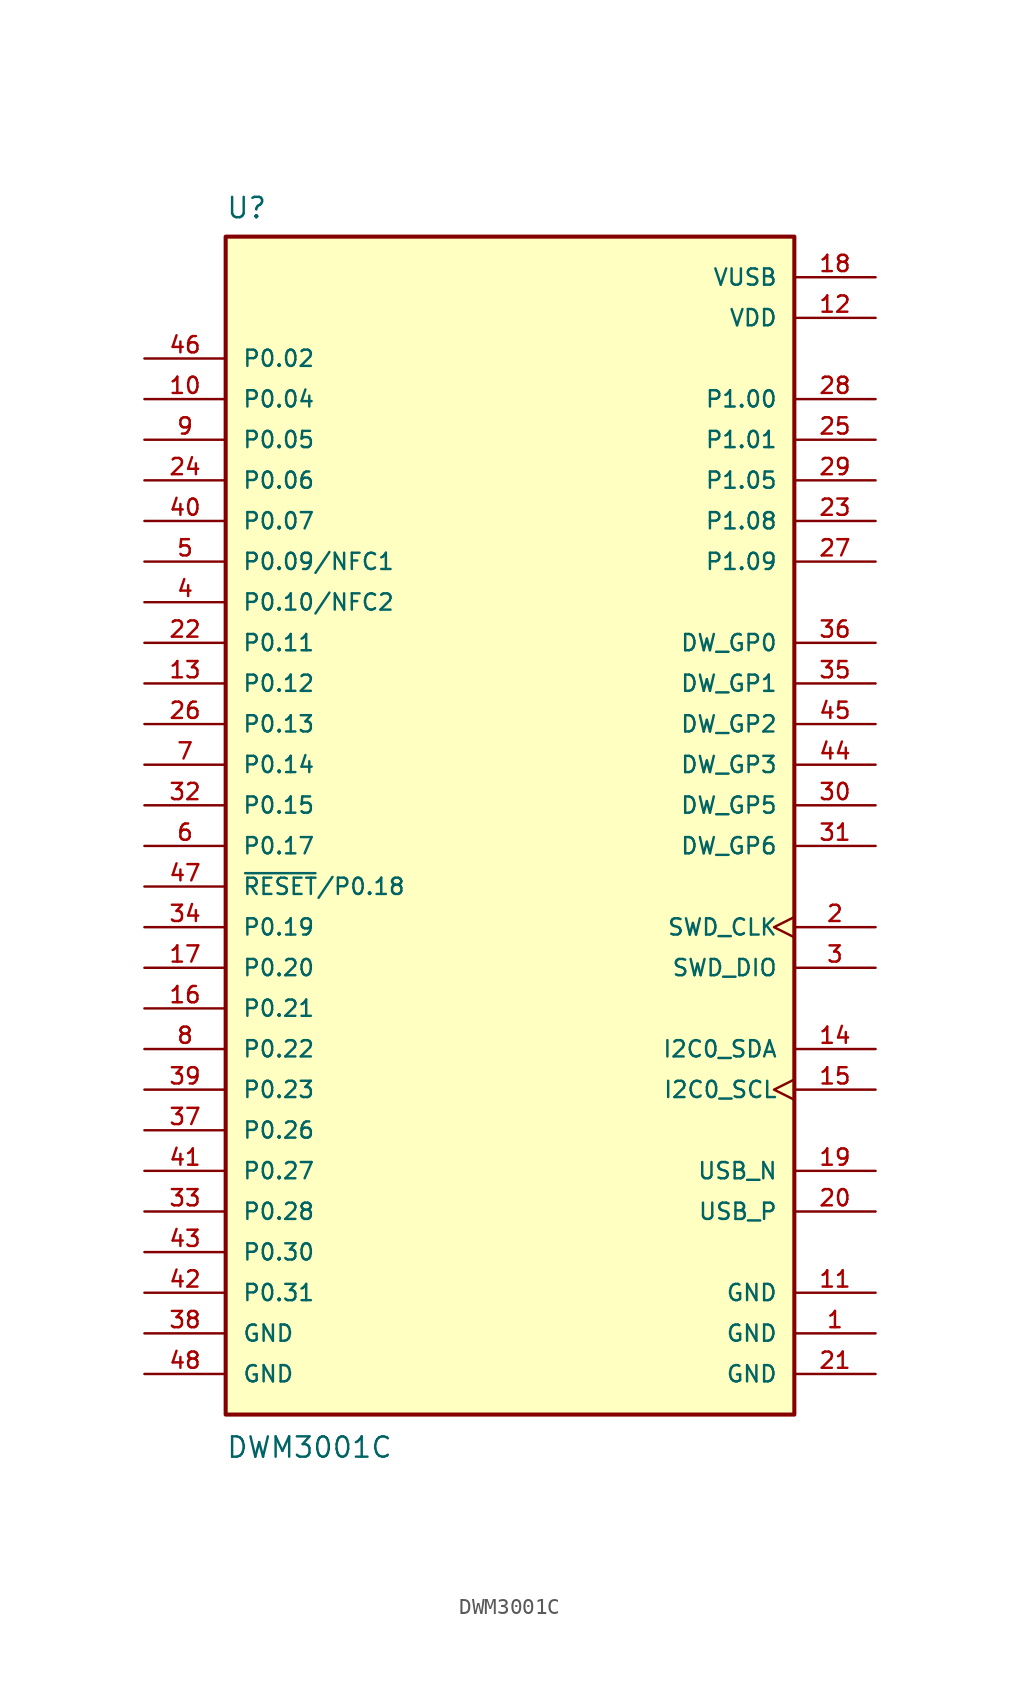
<source format=kicad_sym>
(kicad_symbol_lib
  (version 20241209)
  (generator "kicad_symbol_editor")
  (generator_version "9.0")
  (symbol "DWM3001C"
    (pin_names
      (offset 1.016))
    (property "Reference" "U"
      (at -17.78 38.1 0)
      (effects (font (size 1.27 1.27)) (justify left top)))
    (property "Value" "DWM3001C"
      (at -17.78 -40.894 0)
      (effects (font (size 1.27 1.27)) (justify left bottom)))
    (symbol "DWM3001C_0_0"
      (rectangle (start -17.78 35.56) (end 17.78 -38.1) (stroke (width 0.254) (type default)) (fill (type background)))
      (pin bidirectional line (at -22.86 27.94 0) (length 5.08) (name "P0.02" (effects (font (size 1.016 1.016)))) (number "46" (effects (font (size 1.016 1.016)))))
      (pin bidirectional line (at -22.86 25.4 0) (length 5.08) (name "P0.04" (effects (font (size 1.016 1.016)))) (number "10" (effects (font (size 1.016 1.016)))))
      (pin bidirectional line (at -22.86 22.86 0) (length 5.08) (name "P0.05" (effects (font (size 1.016 1.016)))) (number "9" (effects (font (size 1.016 1.016)))))
      (pin bidirectional line (at -22.86 20.32 0) (length 5.08) (name "P0.06" (effects (font (size 1.016 1.016)))) (number "24" (effects (font (size 1.016 1.016)))))
      (pin bidirectional line (at -22.86 17.78 0) (length 5.08) (name "P0.07" (effects (font (size 1.016 1.016)))) (number "40" (effects (font (size 1.016 1.016)))))
      (pin bidirectional line (at -22.86 15.24 0) (length 5.08) (name "P0.09/NFC1" (effects (font (size 1.016 1.016)))) (number "5" (effects (font (size 1.016 1.016)))))
      (pin bidirectional line (at -22.86 12.7 0) (length 5.08) (name "P0.10/NFC2" (effects (font (size 1.016 1.016)))) (number "4" (effects (font (size 1.016 1.016)))))
      (pin bidirectional line (at -22.86 10.16 0) (length 5.08) (name "P0.11" (effects (font (size 1.016 1.016)))) (number "22" (effects (font (size 1.016 1.016)))))
      (pin bidirectional line (at -22.86 7.62 0) (length 5.08) (name "P0.12" (effects (font (size 1.016 1.016)))) (number "13" (effects (font (size 1.016 1.016)))))
      (pin bidirectional line (at -22.86 5.08 0) (length 5.08) (name "P0.13" (effects (font (size 1.016 1.016)))) (number "26" (effects (font (size 1.016 1.016)))))
      (pin bidirectional line (at -22.86 2.54 0) (length 5.08) (name "P0.14" (effects (font (size 1.016 1.016)))) (number "7" (effects (font (size 1.016 1.016)))))
      (pin bidirectional line (at -22.86 0 0) (length 5.08) (name "P0.15" (effects (font (size 1.016 1.016)))) (number "32" (effects (font (size 1.016 1.016)))))
      (pin bidirectional line (at -22.86 -2.54 0) (length 5.08) (name "P0.17" (effects (font (size 1.016 1.016)))) (number "6" (effects (font (size 1.016 1.016)))))
      (pin bidirectional line (at -22.86 -5.08 0) (length 5.08) (name "~{RESET}/P0.18" (effects (font (size 1.016 1.016)))) (number "47" (effects (font (size 1.016 1.016)))))
      (pin bidirectional line (at -22.86 -7.62 0) (length 5.08) (name "P0.19" (effects (font (size 1.016 1.016)))) (number "34" (effects (font (size 1.016 1.016)))))
      (pin bidirectional line (at -22.86 -10.16 0) (length 5.08) (name "P0.20" (effects (font (size 1.016 1.016)))) (number "17" (effects (font (size 1.016 1.016)))))
      (pin bidirectional line (at -22.86 -12.7 0) (length 5.08) (name "P0.21" (effects (font (size 1.016 1.016)))) (number "16" (effects (font (size 1.016 1.016)))))
      (pin bidirectional line (at -22.86 -15.24 0) (length 5.08) (name "P0.22" (effects (font (size 1.016 1.016)))) (number "8" (effects (font (size 1.016 1.016)))))
      (pin bidirectional line (at -22.86 -17.78 0) (length 5.08) (name "P0.23" (effects (font (size 1.016 1.016)))) (number "39" (effects (font (size 1.016 1.016)))))
      (pin bidirectional line (at -22.86 -20.32 0) (length 5.08) (name "P0.26" (effects (font (size 1.016 1.016)))) (number "37" (effects (font (size 1.016 1.016)))))
      (pin bidirectional line (at -22.86 -22.86 0) (length 5.08) (name "P0.27" (effects (font (size 1.016 1.016)))) (number "41" (effects (font (size 1.016 1.016)))))
      (pin bidirectional line (at -22.86 -25.4 0) (length 5.08) (name "P0.28" (effects (font (size 1.016 1.016)))) (number "33" (effects (font (size 1.016 1.016)))))
      (pin bidirectional line (at -22.86 -27.94 0) (length 5.08) (name "P0.30" (effects (font (size 1.016 1.016)))) (number "43" (effects (font (size 1.016 1.016)))))
      (pin bidirectional line (at -22.86 -30.48 0) (length 5.08) (name "P0.31" (effects (font (size 1.016 1.016)))) (number "42" (effects (font (size 1.016 1.016)))))
      (pin power_in line (at -22.86 -33.02 0) (length 5.08) (name "GND" (effects (font (size 1.016 1.016)))) (number "38" (effects (font (size 1.016 1.016)))))
      (pin power_in line (at -22.86 -35.56 0) (length 5.08) (name "GND" (effects (font (size 1.016 1.016)))) (number "48" (effects (font (size 1.016 1.016)))))
      (pin power_in line (at 22.86 33.02 180) (length 5.08) (name "VUSB" (effects (font (size 1.016 1.016)))) (number "18" (effects (font (size 1.016 1.016)))))
      (pin power_in line (at 22.86 30.48 180) (length 5.08) (name "VDD" (effects (font (size 1.016 1.016)))) (number "12" (effects (font (size 1.016 1.016)))))
      (pin bidirectional line (at 22.86 25.4 180) (length 5.08) (name "P1.00" (effects (font (size 1.016 1.016)))) (number "28" (effects (font (size 1.016 1.016)))))
      (pin bidirectional line (at 22.86 22.86 180) (length 5.08) (name "P1.01" (effects (font (size 1.016 1.016)))) (number "25" (effects (font (size 1.016 1.016)))))
      (pin bidirectional line (at 22.86 20.32 180) (length 5.08) (name "P1.05" (effects (font (size 1.016 1.016)))) (number "29" (effects (font (size 1.016 1.016)))))
      (pin bidirectional line (at 22.86 17.78 180) (length 5.08) (name "P1.08" (effects (font (size 1.016 1.016)))) (number "23" (effects (font (size 1.016 1.016)))))
      (pin bidirectional line (at 22.86 15.24 180) (length 5.08) (name "P1.09" (effects (font (size 1.016 1.016)))) (number "27" (effects (font (size 1.016 1.016)))))
      (pin bidirectional line (at 22.86 10.16 180) (length 5.08) (name "DW_GP0" (effects (font (size 1.016 1.016)))) (number "36" (effects (font (size 1.016 1.016)))))
      (pin bidirectional line (at 22.86 7.62 180) (length 5.08) (name "DW_GP1" (effects (font (size 1.016 1.016)))) (number "35" (effects (font (size 1.016 1.016)))))
      (pin bidirectional line (at 22.86 5.08 180) (length 5.08) (name "DW_GP2" (effects (font (size 1.016 1.016)))) (number "45" (effects (font (size 1.016 1.016)))))
      (pin bidirectional line (at 22.86 2.54 180) (length 5.08) (name "DW_GP3" (effects (font (size 1.016 1.016)))) (number "44" (effects (font (size 1.016 1.016)))))
      (pin bidirectional line (at 22.86 0 180) (length 5.08) (name "DW_GP5" (effects (font (size 1.016 1.016)))) (number "30" (effects (font (size 1.016 1.016)))))
      (pin bidirectional line (at 22.86 -2.54 180) (length 5.08) (name "DW_GP6" (effects (font (size 1.016 1.016)))) (number "31" (effects (font (size 1.016 1.016)))))
      (pin input clock (at 22.86 -7.62 180) (length 5.08) (name "SWD_CLK" (effects (font (size 1.016 1.016)))) (number "2" (effects (font (size 1.016 1.016)))))
      (pin bidirectional line (at 22.86 -10.16 180) (length 5.08) (name "SWD_DIO" (effects (font (size 1.016 1.016)))) (number "3" (effects (font (size 1.016 1.016)))))
      (pin bidirectional line (at 22.86 -15.24 180) (length 5.08) (name "I2C0_SDA" (effects (font (size 1.016 1.016)))) (number "14" (effects (font (size 1.016 1.016)))))
      (pin bidirectional clock (at 22.86 -17.78 180) (length 5.08) (name "I2C0_SCL" (effects (font (size 1.016 1.016)))) (number "15" (effects (font (size 1.016 1.016)))))
      (pin bidirectional line (at 22.86 -22.86 180) (length 5.08) (name "USB_N" (effects (font (size 1.016 1.016)))) (number "19" (effects (font (size 1.016 1.016)))))
      (pin bidirectional line (at 22.86 -25.4 180) (length 5.08) (name "USB_P" (effects (font (size 1.016 1.016)))) (number "20" (effects (font (size 1.016 1.016)))))
      (pin power_in line (at 22.86 -30.48 180) (length 5.08) (name "GND" (effects (font (size 1.016 1.016)))) (number "11" (effects (font (size 1.016 1.016)))))
      (pin power_in line (at 22.86 -33.02 180) (length 5.08) (name "GND" (effects (font (size 1.016 1.016)))) (number "1" (effects (font (size 1.016 1.016)))))
      (pin power_in line (at 22.86 -35.56 180) (length 5.08) (name "GND" (effects (font (size 1.016 1.016)))) (number "21" (effects (font (size 1.016 1.016))))))))
</source>
